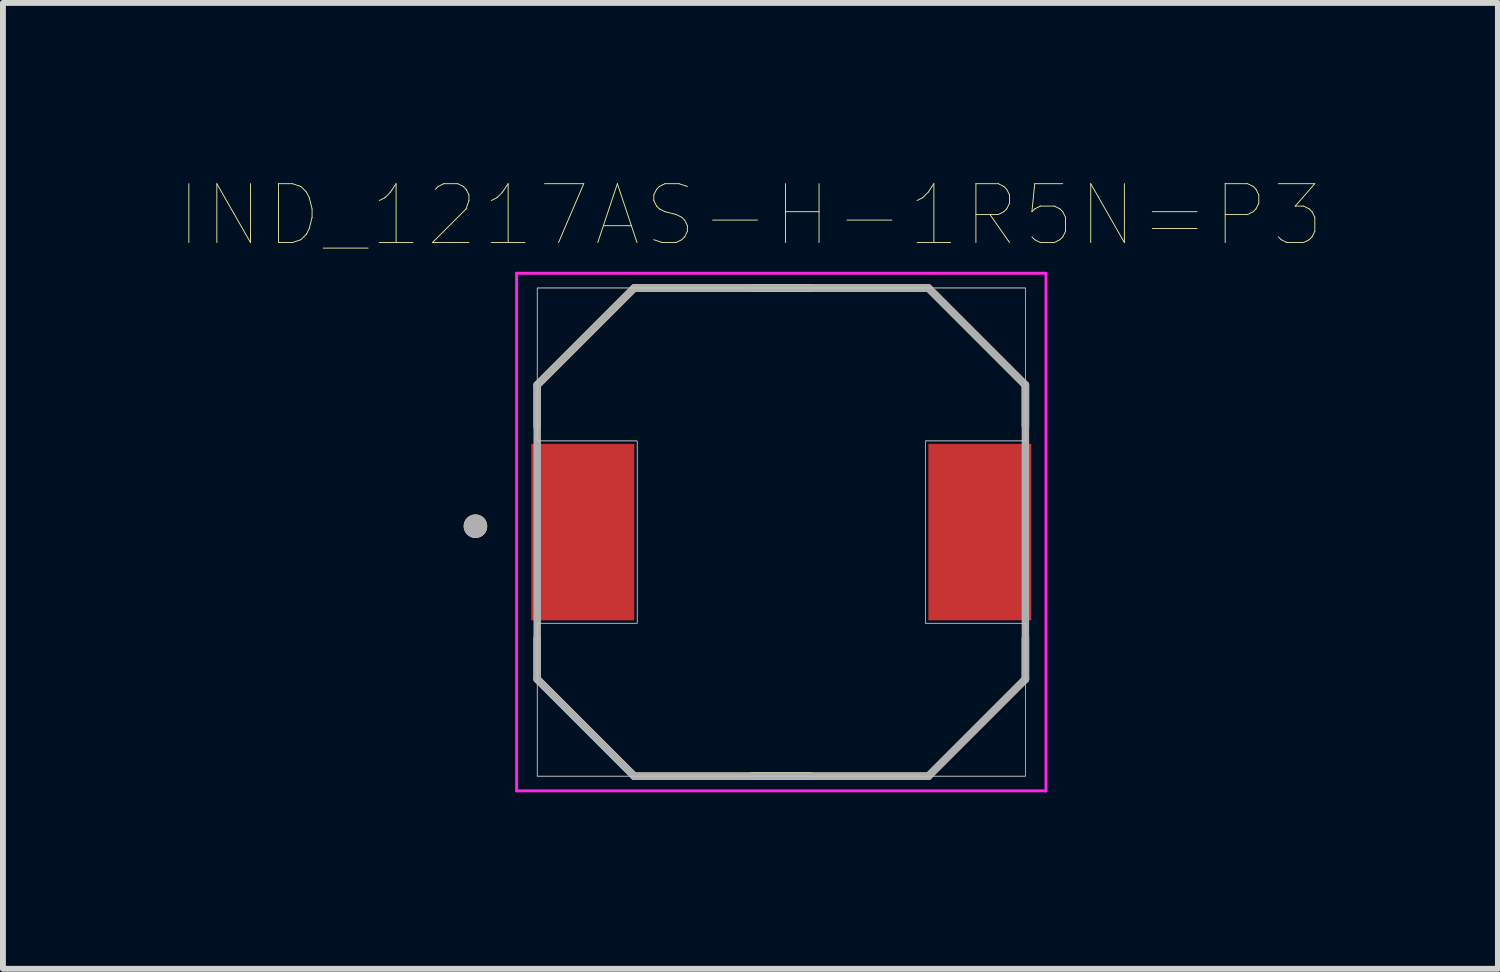
<source format=kicad_pcb>
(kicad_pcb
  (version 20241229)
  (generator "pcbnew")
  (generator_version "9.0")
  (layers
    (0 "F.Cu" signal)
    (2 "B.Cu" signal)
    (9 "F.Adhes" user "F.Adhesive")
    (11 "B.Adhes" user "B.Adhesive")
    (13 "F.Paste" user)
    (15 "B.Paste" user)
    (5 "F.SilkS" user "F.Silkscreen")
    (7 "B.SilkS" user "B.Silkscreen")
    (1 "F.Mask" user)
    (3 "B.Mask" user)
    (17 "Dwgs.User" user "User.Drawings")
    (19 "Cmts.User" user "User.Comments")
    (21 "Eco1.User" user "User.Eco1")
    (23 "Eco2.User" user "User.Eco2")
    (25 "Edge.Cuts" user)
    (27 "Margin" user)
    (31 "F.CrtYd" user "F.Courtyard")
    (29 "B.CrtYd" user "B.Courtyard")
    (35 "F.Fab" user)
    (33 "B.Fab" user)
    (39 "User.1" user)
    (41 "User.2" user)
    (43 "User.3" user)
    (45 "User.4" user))
  (footprint "IND_1217AS-H-1R5N=P3"
    (layer "F.Cu")
    (at 10.233 5.996)
    (property "Reference" "IND_1217AS-H-1R5N=P3" (at -0.525 -5.385 0) (layer "F.SilkS") (effects (font (size 1 1) (thickness 0.015))))
    (attr through_hole)
    (fp_line (start -4.15 -2.5) (end -2.5 -4.15) (stroke (width 0.127) (type solid)) (layer "F.SilkS"))
    (fp_line (start -4.15 -1.8) (end -4.15 -2.5) (stroke (width 0.127) (type solid)) (layer "F.SilkS"))
    (fp_line (start -4.15 2.5) (end -4.15 1.8) (stroke (width 0.127) (type solid)) (layer "F.SilkS"))
    (fp_line (start -2.5 -4.15) (end 2.5 -4.15) (stroke (width 0.127) (type solid)) (layer "F.SilkS"))
    (fp_line (start -2.5 4.15) (end -4.15 2.5) (stroke (width 0.127) (type solid)) (layer "F.SilkS"))
    (fp_line (start -0.5 -4.15) (end 0.5 -4.15) (stroke (width 0.127) (type solid)) (layer "F.SilkS"))
    (fp_line (start 0.5 4.15) (end -0.5 4.15) (stroke (width 0.127) (type solid)) (layer "F.SilkS"))
    (fp_line (start 0.5 4.15) (end -0.5 4.15) (stroke (width 0.127) (type solid)) (layer "F.SilkS"))
    (fp_line (start 2.5 -4.15) (end 4.15 -2.5) (stroke (width 0.127) (type solid)) (layer "F.SilkS"))
    (fp_line (start 2.5 4.15) (end -2.5 4.15) (stroke (width 0.127) (type solid)) (layer "F.SilkS"))
    (fp_line (start 4.15 -2.5) (end 4.15 -1.8) (stroke (width 0.127) (type solid)) (layer "F.SilkS"))
    (fp_line (start 4.15 1.8) (end 4.15 2.5) (stroke (width 0.127) (type solid)) (layer "F.SilkS"))
    (fp_line (start 4.15 2.5) (end 2.5 4.15) (stroke (width 0.127) (type solid)) (layer "F.SilkS"))
    (fp_circle (center -5.2 -0.1) (end -5.1 -0.1) (stroke (width 0.2) (type solid)) (fill no) (layer "F.SilkS"))
    (fp_poly (pts (xy -4.15 -1.55) (xy -4.15 -4.15) (xy 4.15 -4.15) (xy 4.15 -1.55) (xy 2.45 -1.55) (xy 2.45 1.55) (xy 4.15 1.55) (xy 4.15 4.15) (xy -4.15 4.15) (xy -4.15 1.55) (xy -2.45 1.55) (xy -2.45 -1.55)) (stroke (width 0.01) (type solid)) (fill no) (layer "Dwgs.User"))
    (fp_poly (pts (xy -4.15 -1.55) (xy -4.15 -4.15) (xy 4.15 -4.15) (xy 4.15 -1.55) (xy 2.45 -1.55) (xy 2.45 1.55) (xy 4.15 1.55) (xy 4.15 4.15) (xy -4.15 4.15) (xy -4.15 1.55) (xy -2.45 1.55) (xy -2.45 -1.55)) (stroke (width 0.01) (type solid)) (fill no) (layer "Dwgs.User"))
    (fp_line (start -4.5 -4.4) (end 4.5 -4.4) (stroke (width 0.05) (type solid)) (layer "F.CrtYd"))
    (fp_line (start -4.5 4.4) (end -4.5 -4.4) (stroke (width 0.05) (type solid)) (layer "F.CrtYd"))
    (fp_line (start 4.5 -4.4) (end 4.5 4.4) (stroke (width 0.05) (type solid)) (layer "F.CrtYd"))
    (fp_line (start 4.5 4.4) (end -4.5 4.4) (stroke (width 0.05) (type solid)) (layer "F.CrtYd"))
    (fp_line (start -4.15 -2.5) (end -2.5 -4.15) (stroke (width 0.127) (type solid)) (layer "F.Fab"))
    (fp_line (start -4.15 2.5) (end -4.15 -2.5) (stroke (width 0.127) (type solid)) (layer "F.Fab"))
    (fp_line (start -2.5 -4.15) (end 2.5 -4.15) (stroke (width 0.127) (type solid)) (layer "F.Fab"))
    (fp_line (start -2.5 4.15) (end -4.15 2.5) (stroke (width 0.127) (type solid)) (layer "F.Fab"))
    (fp_line (start 2.5 -4.15) (end 4.15 -2.5) (stroke (width 0.127) (type solid)) (layer "F.Fab"))
    (fp_line (start 2.5 4.15) (end -2.5 4.15) (stroke (width 0.127) (type solid)) (layer "F.Fab"))
    (fp_line (start 4.15 -2.5) (end 4.15 2.5) (stroke (width 0.127) (type solid)) (layer "F.Fab"))
    (fp_line (start 4.15 2.5) (end 2.5 4.15) (stroke (width 0.127) (type solid)) (layer "F.Fab"))
    (fp_circle (center -5.2 -0.1) (end -5.1 -0.1) (stroke (width 0.2) (type solid)) (fill no) (layer "F.Fab"))
    (pad "1" smd rect (at -3.375 0) (size 1.75 3) (layers "F.Cu" "F.Mask" "F.Paste"))
    (pad "2" smd rect (at 3.375 0) (size 1.75 3) (layers "F.Cu" "F.Mask" "F.Paste")))
  (gr_rect
    (start -3 -3)
    (end 22.416 13.421)
    (stroke (width 0.1) (type default))
    (fill no)
    (layer "Edge.Cuts")))
</source>
